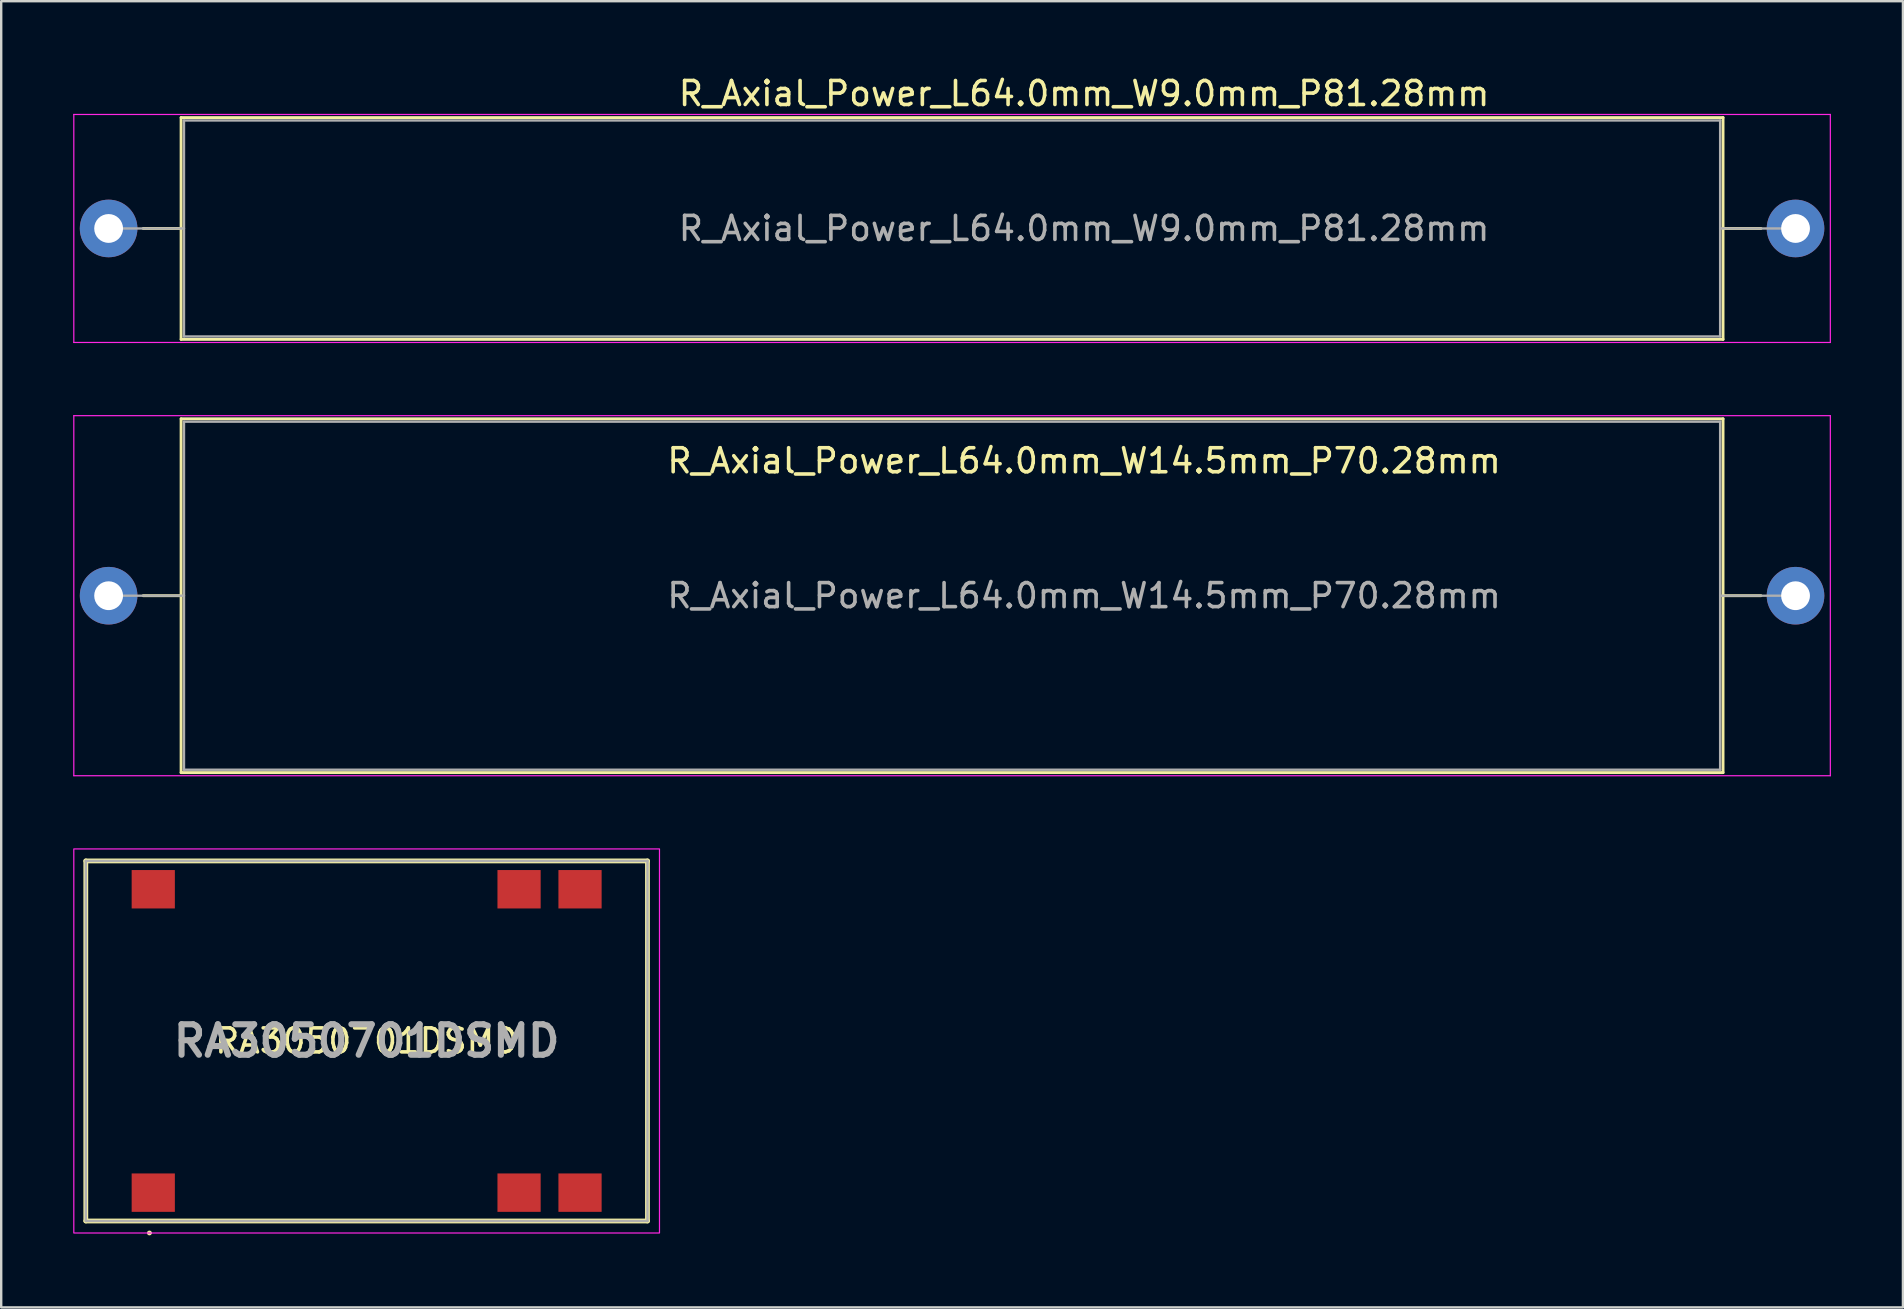
<source format=kicad_pcb>
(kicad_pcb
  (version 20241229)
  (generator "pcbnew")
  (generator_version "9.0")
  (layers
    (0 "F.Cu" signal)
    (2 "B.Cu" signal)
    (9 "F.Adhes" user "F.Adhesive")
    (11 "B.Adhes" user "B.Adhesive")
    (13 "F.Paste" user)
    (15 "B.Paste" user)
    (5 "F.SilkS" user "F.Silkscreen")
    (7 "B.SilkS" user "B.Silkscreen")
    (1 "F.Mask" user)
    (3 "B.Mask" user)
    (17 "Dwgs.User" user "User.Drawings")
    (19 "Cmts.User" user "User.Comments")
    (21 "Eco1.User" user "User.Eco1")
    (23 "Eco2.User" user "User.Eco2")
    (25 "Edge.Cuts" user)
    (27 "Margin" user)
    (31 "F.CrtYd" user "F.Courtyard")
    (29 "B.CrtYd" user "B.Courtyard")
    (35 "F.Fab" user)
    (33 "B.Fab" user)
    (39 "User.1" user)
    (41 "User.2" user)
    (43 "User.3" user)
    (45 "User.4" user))
  (footprint "R_Axial_Power_L64.0mm_W9.0mm_P81.28mm"
    (layer "F.Cu")
    (at 1.475 6.468)
    (property "Reference" "R_Axial_Power_L64.0mm_W9.0mm_P81.28mm" (at 40.64 -5.62 0) (layer "F.SilkS") (effects (font (size 1 1) (thickness 0.15))))
    (attr through_hole)
    (fp_line (start 1.44 0) (end 3.02 0) (stroke (width 0.12) (type solid)) (layer "F.SilkS"))
    (fp_line (start 3.02 -4.62) (end 3.02 4.62) (stroke (width 0.12) (type solid)) (layer "F.SilkS"))
    (fp_line (start 3.02 4.62) (end 67.26 4.62) (stroke (width 0.12) (type solid)) (layer "F.SilkS"))
    (fp_line (start 67.26 -4.62) (end 3.02 -4.62) (stroke (width 0.12) (type solid)) (layer "F.SilkS"))
    (fp_line (start 67.26 4.62) (end 67.26 -4.62) (stroke (width 0.12) (type solid)) (layer "F.SilkS"))
    (fp_line (start 68.84 0) (end 67.26 0) (stroke (width 0.12) (type solid)) (layer "F.SilkS"))
    (fp_line (start -1.45 -4.75) (end -1.45 4.75) (stroke (width 0.05) (type solid)) (layer "F.CrtYd"))
    (fp_line (start -1.45 4.75) (end 71.73 4.75) (stroke (width 0.05) (type solid)) (layer "F.CrtYd"))
    (fp_line (start 71.73 -4.75) (end -1.45 -4.75) (stroke (width 0.05) (type solid)) (layer "F.CrtYd"))
    (fp_line (start 71.73 4.75) (end 71.73 -4.75) (stroke (width 0.05) (type solid)) (layer "F.CrtYd"))
    (fp_line (start 0 0) (end 3.14 0) (stroke (width 0.1) (type solid)) (layer "F.Fab"))
    (fp_line (start 3.14 -4.5) (end 3.14 4.5) (stroke (width 0.1) (type solid)) (layer "F.Fab"))
    (fp_line (start 3.14 4.5) (end 67.14 4.5) (stroke (width 0.1) (type solid)) (layer "F.Fab"))
    (fp_line (start 67.14 -4.5) (end 3.14 -4.5) (stroke (width 0.1) (type solid)) (layer "F.Fab"))
    (fp_line (start 67.14 4.5) (end 67.14 -4.5) (stroke (width 0.1) (type solid)) (layer "F.Fab"))
    (fp_line (start 70.28 0) (end 67.14 0) (stroke (width 0.1) (type solid)) (layer "F.Fab"))
    (fp_text user "${REFERENCE}" (at 40.64 0 0) (layer "F.Fab") (effects (font (size 1 1) (thickness 0.15))))
    (pad "1" thru_hole circle (at 0 0) (size 2.4 2.4) (drill 1.2) (layers "*.Cu" "*.Mask"))
    (pad "2" thru_hole oval (at 70.28 0) (size 2.4 2.4) (drill 1.2) (layers "*.Cu" "*.Mask")))
  (footprint "RA3050701DSMD"
    (layer "F.Cu")
    (at 12.225 40.318)
    (property "Reference" "RA3050701DSMD" (at 0 0 0) (layer "F.SilkS") (effects (font (size 1 1) (thickness 0.15))))
    (attr smd)
    (fp_line (start -11.7 -7.5) (end 11.7 -7.5) (stroke (width 0.2) (type solid)) (layer "F.SilkS"))
    (fp_line (start -11.7 7.5) (end -11.7 -7.5) (stroke (width 0.2) (type solid)) (layer "F.SilkS"))
    (fp_line (start -9.1 8) (end -9.1 8) (stroke (width 0.1) (type solid)) (layer "F.SilkS"))
    (fp_line (start -9 8) (end -9 8) (stroke (width 0.1) (type solid)) (layer "F.SilkS"))
    (fp_line (start 11.7 -7.5) (end 11.7 7.5) (stroke (width 0.2) (type solid)) (layer "F.SilkS"))
    (fp_line (start 11.7 7.5) (end -11.7 7.5) (stroke (width 0.2) (type solid)) (layer "F.SilkS"))
    (fp_arc (start -9.1 8) (mid -9.05 7.95) (end -9 8) (stroke (width 0.1) (type solid)) (layer "F.SilkS"))
    (fp_arc (start -9 8) (mid -9.05 8.05) (end -9.1 8) (stroke (width 0.1) (type solid)) (layer "F.SilkS"))
    (fp_rect (start -12.2 -8) (end 12.2 8) (stroke (width 0.05) (type default)) (fill no) (layer "F.CrtYd"))
    (fp_line (start -11.7 -7.5) (end 11.7 -7.5) (stroke (width 0.1) (type solid)) (layer "F.Fab"))
    (fp_line (start -11.7 7.5) (end -11.7 -7.5) (stroke (width 0.1) (type solid)) (layer "F.Fab"))
    (fp_line (start 11.7 -7.5) (end 11.7 7.5) (stroke (width 0.1) (type solid)) (layer "F.Fab"))
    (fp_line (start 11.7 7.5) (end -11.7 7.5) (stroke (width 0.1) (type solid)) (layer "F.Fab"))
    (fp_text user "${REFERENCE}" (at 0 0 0) (layer "F.Fab") (effects (font (size 1.27 1.27) (thickness 0.254))))
    (pad "1" smd rect (at -8.89 6.32 90) (size 1.6 1.8) (layers "F.Cu" "F.Mask" "F.Paste"))
    (pad "7" smd rect (at 6.35 6.32 90) (size 1.6 1.8) (layers "F.Cu" "F.Mask" "F.Paste"))
    (pad "8" smd rect (at 8.89 6.32 90) (size 1.6 1.8) (layers "F.Cu" "F.Mask" "F.Paste"))
    (pad "9" smd rect (at 8.89 -6.32 90) (size 1.6 1.8) (layers "F.Cu" "F.Mask" "F.Paste"))
    (pad "10" smd rect (at 6.35 -6.32 90) (size 1.6 1.8) (layers "F.Cu" "F.Mask" "F.Paste"))
    (pad "16" smd rect (at -8.89 -6.32 90) (size 1.6 1.8) (layers "F.Cu" "F.Mask" "F.Paste")))
  (footprint "R_Axial_Power_L64.0mm_W14.5mm_P70.28mm"
    (layer "F.Cu")
    (at 1.475 21.768)
    (property "Reference" "R_Axial_Power_L64.0mm_W14.5mm_P70.28mm" (at 40.64 -5.62 0) (layer "F.SilkS") (effects (font (size 1 1) (thickness 0.15))))
    (attr through_hole)
    (fp_line (start 1.44 0) (end 3.02 0) (stroke (width 0.12) (type solid)) (layer "F.SilkS"))
    (fp_line (start 3.02 -7.37) (end 3.02 7.37) (stroke (width 0.12) (type solid)) (layer "F.SilkS"))
    (fp_line (start 3.02 7.37) (end 67.26 7.37) (stroke (width 0.12) (type solid)) (layer "F.SilkS"))
    (fp_line (start 67.26 -7.37) (end 3.02 -7.37) (stroke (width 0.12) (type solid)) (layer "F.SilkS"))
    (fp_line (start 67.26 7.37) (end 67.26 -7.37) (stroke (width 0.12) (type solid)) (layer "F.SilkS"))
    (fp_line (start 68.84 0) (end 67.26 0) (stroke (width 0.12) (type solid)) (layer "F.SilkS"))
    (fp_line (start -1.45 -7.5) (end -1.45 7.5) (stroke (width 0.05) (type solid)) (layer "F.CrtYd"))
    (fp_line (start -1.45 7.5) (end 71.73 7.5) (stroke (width 0.05) (type solid)) (layer "F.CrtYd"))
    (fp_line (start 71.73 -7.5) (end -1.45 -7.5) (stroke (width 0.05) (type solid)) (layer "F.CrtYd"))
    (fp_line (start 71.73 7.5) (end 71.73 -7.5) (stroke (width 0.05) (type solid)) (layer "F.CrtYd"))
    (fp_line (start 0 0) (end 3.14 0) (stroke (width 0.1) (type solid)) (layer "F.Fab"))
    (fp_line (start 3.14 -7.25) (end 3.14 7.25) (stroke (width 0.1) (type solid)) (layer "F.Fab"))
    (fp_line (start 3.14 7.25) (end 67.14 7.25) (stroke (width 0.1) (type solid)) (layer "F.Fab"))
    (fp_line (start 67.14 -7.25) (end 3.14 -7.25) (stroke (width 0.1) (type solid)) (layer "F.Fab"))
    (fp_line (start 67.14 7.25) (end 67.14 -7.25) (stroke (width 0.1) (type solid)) (layer "F.Fab"))
    (fp_line (start 70.28 0) (end 67.14 0) (stroke (width 0.1) (type solid)) (layer "F.Fab"))
    (fp_text user "${REFERENCE}" (at 40.64 0 0) (layer "F.Fab") (effects (font (size 1 1) (thickness 0.15))))
    (pad "1" thru_hole circle (at 0 0) (size 2.4 2.4) (drill 1.2) (layers "*.Cu" "*.Mask"))
    (pad "2" thru_hole oval (at 70.28 0) (size 2.4 2.4) (drill 1.2) (layers "*.Cu" "*.Mask")))
  (gr_rect
    (start -3 -3)
    (end 76.23 51.418)
    (stroke (width 0.1) (type default))
    (fill no)
    (layer "Edge.Cuts")))
</source>
